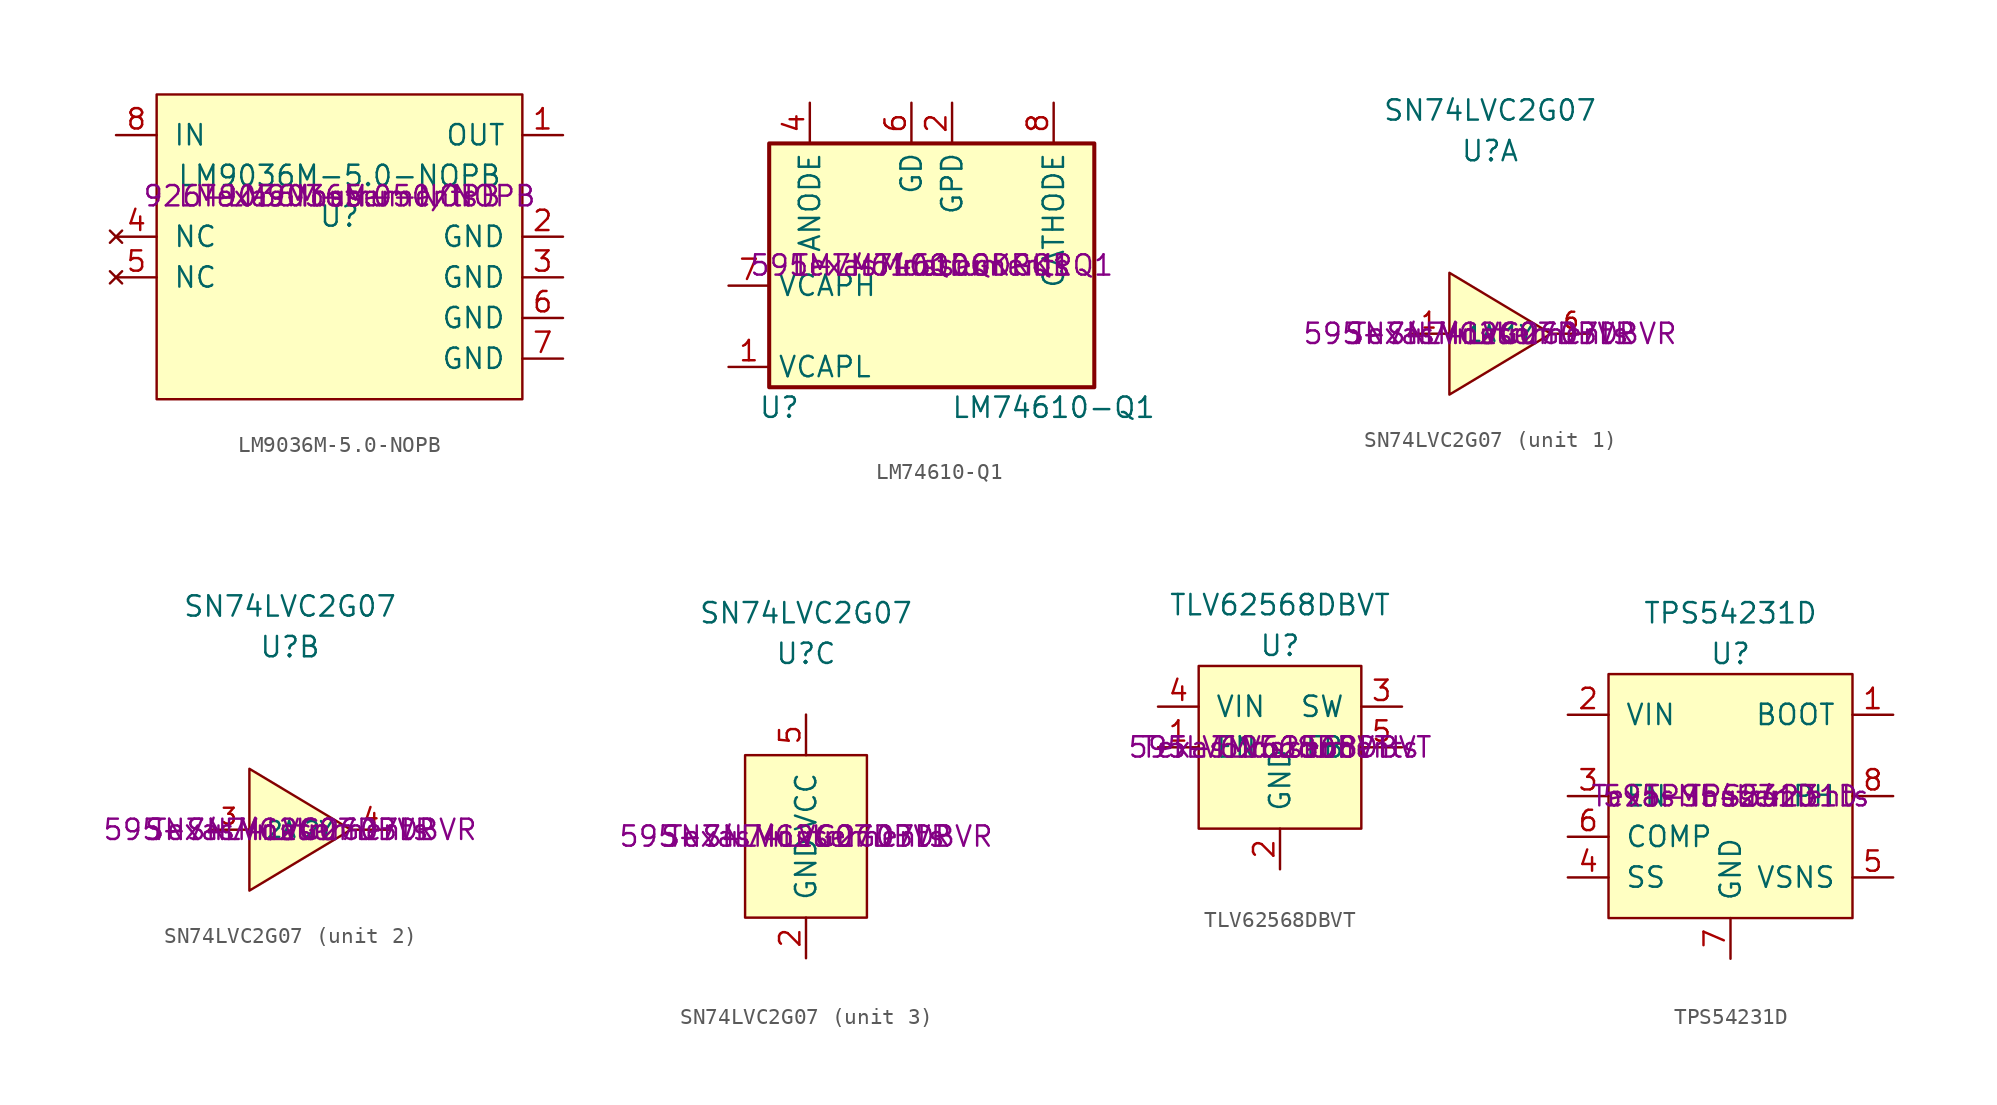
<source format=kicad_sym>
(kicad_symbol_lib
  (version 20241209)
  (generator "kicad_symbol_editor")
  (generator_version "9.0")
  (symbol "LM9036M-5.0-NOPB"
    (pin_names
      (offset 1.016))
    (property "Reference" "U"
      (at 0 -1.27 0)
      (effects (font (size 1.27 1.27))))
    (property "Value" "LM9036M-5.0-NOPB"
      (at 0 1.27 0)
      (effects (font (size 1.27 1.27))))
    (property "Manufacturer" "Texas Instruments"
      (at 0 0 0)
      (effects (font (size 1.27 1.27))))
    (property "Manufacturer part number (MPN)" "LM9036M-5.0-NOPB"
      (at 0 0 0)
      (effects (font (size 1.27 1.27))))
    (property "Supplier name" "Mouser"
      (at 0 0 0)
      (effects (font (size 1.27 1.27))))
    (property "Supplier part number (SPN)" "926-LM9036M-50/NOPB"
      (at 0 0 0)
      (effects (font (size 1.27 1.27))))
    (symbol "LM9036M-5.0-NOPB_0_1"
      (rectangle (start -11.43 6.35) (end 11.43 -12.7) (stroke (width 0) (type solid)) (fill (type background))))
    (symbol "LM9036M-5.0-NOPB_1_1"
      (pin power_in line (at -13.97 3.81 0) (length 2.54) (name "IN" (effects (font (size 1.27 1.27)))) (number "8" (effects (font (size 1.27 1.27)))))
      (pin no_connect line (at -13.97 -2.54 0) (length 2.54) (name "NC" (effects (font (size 1.27 1.27)))) (number "4" (effects (font (size 1.27 1.27)))))
      (pin no_connect line (at -13.97 -5.08 0) (length 2.54) (name "NC" (effects (font (size 1.27 1.27)))) (number "5" (effects (font (size 1.27 1.27)))))
      (pin power_in line (at 13.97 3.81 180) (length 2.54) (name "OUT" (effects (font (size 1.27 1.27)))) (number "1" (effects (font (size 1.27 1.27)))))
      (pin power_in line (at 13.97 -2.54 180) (length 2.54) (name "GND" (effects (font (size 1.27 1.27)))) (number "2" (effects (font (size 1.27 1.27)))))
      (pin power_in line (at 13.97 -5.08 180) (length 2.54) (name "GND" (effects (font (size 1.27 1.27)))) (number "3" (effects (font (size 1.27 1.27)))))
      (pin power_in line (at 13.97 -7.62 180) (length 2.54) (name "GND" (effects (font (size 1.27 1.27)))) (number "6" (effects (font (size 1.27 1.27)))))
      (pin power_in line (at 13.97 -10.16 180) (length 2.54) (name "GND" (effects (font (size 1.27 1.27)))) (number "7" (effects (font (size 1.27 1.27)))))))
  (symbol "LM74610-Q1"
    (property "Reference" "U"
      (at -9.525 -8.89 0)
      (effects (font (size 1.27 1.27))))
    (property "Value" "LM74610-Q1"
      (at 7.62 -8.89 0)
      (effects (font (size 1.27 1.27))))
    (property "Manufacturer" "Texas Instruments"
      (at 0 0 0)
      (effects (font (size 1.27 1.27))))
    (property "Manufacturer part number (MPN)" "LM74610QDGKRQ1"
      (at 0 0 0)
      (effects (font (size 1.27 1.27))))
    (property "Supplier name" "Mouser"
      (at 0 0 0)
      (effects (font (size 1.27 1.27))))
    (property "Supplier part number (SPN)" "595-LM74610QDGKRQ1"
      (at 0 0 0)
      (effects (font (size 1.27 1.27))))
    (symbol "LM74610-Q1_0_1"
      (rectangle (start -10.16 7.62) (end 10.16 -7.62) (stroke (width 0.254) (type solid)) (fill (type background))))
    (symbol "LM74610-Q1_1_1"
      (pin input line (at -12.7 -1.27 0) (length 2.54) (name "VCAPH" (effects (font (size 1.27 1.27)))) (number "7" (effects (font (size 1.27 1.27)))))
      (pin passive line (at -12.7 -6.35 0) (length 2.54) (name "VCAPL" (effects (font (size 1.27 1.27)))) (number "1" (effects (font (size 1.27 1.27)))))
      (pin power_in line (at -7.62 10.16 270) (length 2.54) (name "ANODE" (effects (font (size 1.27 1.27)))) (number "4" (effects (font (size 1.27 1.27)))))
      (pin output line (at -1.27 10.16 270) (length 2.54) (name "GD" (effects (font (size 1.27 1.27)))) (number "6" (effects (font (size 1.27 1.27)))))
      (pin output line (at 1.27 10.16 270) (length 2.54) (name "GPD" (effects (font (size 1.27 1.27)))) (number "2" (effects (font (size 1.27 1.27)))))
      (pin input line (at 7.62 10.16 270) (length 2.54) (name "CATHODE" (effects (font (size 1.27 1.27)))) (number "8" (effects (font (size 1.27 1.27)))))
      (pin no_connect line (at 12.7 -3.81 180) (length 2.54) (hide yes) (name "NC" (effects (font (size 1.27 1.27)))) (number "3" (effects (font (size 1.27 1.27)))))
      (pin no_connect line (at 12.7 -6.35 180) (length 2.54) (hide yes) (name "NC" (effects (font (size 1.27 1.27)))) (number "5" (effects (font (size 1.27 1.27)))))))
  (symbol "SN74LVC2G07"
    (pin_names
      (offset 1.016))
    (property "Reference" "U"
      (at 0 11.43 0)
      (effects (font (size 1.27 1.27))))
    (property "Value" "SN74LVC2G07"
      (at 0 13.97 0)
      (effects (font (size 1.27 1.27))))
    (property "Manufacturer" "Texas Instruments"
      (at 0 0 0)
      (effects (font (size 1.27 1.27))))
    (property "Manufacturer part number (MPN)" "SN74LVC2G07DBVR"
      (at 0 0 0)
      (effects (font (size 1.27 1.27))))
    (property "Supplier name" "Mouser"
      (at 0 0 0)
      (effects (font (size 1.27 1.27))))
    (property "Supplier part number (SPN)" "595-SN74LVC2G07DBVR"
      (at 0 0 0)
      (effects (font (size 1.27 1.27))))
    (symbol "SN74LVC2G07_1_1"
      (polyline (pts (xy 3.81 0) (xy -2.54 3.81) (xy -2.54 0) (xy -2.54 -3.81) (xy 3.81 0)) (stroke (width 0) (type solid)) (fill (type background)))
      (pin input line (at -5.08 0 0) (length 2.54) (name "1A" (effects (font (size 0.991 0.991)))) (number "1" (effects (font (size 0.991 0.991)))))
      (pin output line (at 6.35 0 180) (length 2.54) (name "1Y" (effects (font (size 0.991 0.991)))) (number "6" (effects (font (size 0.991 0.991))))))
    (symbol "SN74LVC2G07_2_1"
      (polyline (pts (xy 3.81 0) (xy -2.54 3.81) (xy -2.54 0) (xy -2.54 -3.81) (xy 3.81 0)) (stroke (width 0) (type solid)) (fill (type background)))
      (pin input line (at -5.08 0 0) (length 2.54) (name "2A" (effects (font (size 0.991 0.991)))) (number "3" (effects (font (size 0.991 0.991)))))
      (pin output line (at 6.35 0 180) (length 2.54) (name "2Y" (effects (font (size 0.991 0.991)))) (number "4" (effects (font (size 0.991 0.991))))))
    (symbol "SN74LVC2G07_3_1"
      (rectangle (start -3.81 5.08) (end 3.81 -5.08) (stroke (width 0) (type solid)) (fill (type background)))
      (pin power_in line (at 0 7.62 270) (length 2.54) (name "VCC" (effects (font (size 1.27 1.27)))) (number "5" (effects (font (size 1.27 1.27)))))
      (pin power_in line (at 0 -7.62 90) (length 2.54) (name "GND" (effects (font (size 1.27 1.27)))) (number "2" (effects (font (size 1.27 1.27)))))))
  (symbol "TLV62568DBVT"
    (pin_names
      (offset 1.016))
    (property "Reference" "U"
      (at 0 6.35 0)
      (effects (font (size 1.27 1.27))))
    (property "Value" "TLV62568DBVT"
      (at 0 8.89 0)
      (effects (font (size 1.27 1.27))))
    (property "Manufacturer" "Texas Instruments"
      (at 0 0 0)
      (effects (font (size 1.27 1.27))))
    (property "Manufacturer part number (MPN)" "TLV62568DBVT"
      (at 0 0 0)
      (effects (font (size 1.27 1.27))))
    (property "Supplier name" "Mouser"
      (at 0 0 0)
      (effects (font (size 1.27 1.27))))
    (property "Supplier part number (SPN)" "595-TLV62568DBVT"
      (at 0 0 0)
      (effects (font (size 1.27 1.27))))
    (symbol "TLV62568DBVT_0_1"
      (rectangle (start -5.08 5.08) (end 5.08 -5.08) (stroke (width 0) (type solid)) (fill (type background))))
    (symbol "TLV62568DBVT_1_1"
      (pin power_in line (at -7.62 2.54 0) (length 2.54) (name "VIN" (effects (font (size 1.27 1.27)))) (number "4" (effects (font (size 1.27 1.27)))))
      (pin input line (at -7.62 0 0) (length 2.54) (name "EN" (effects (font (size 1.27 1.27)))) (number "1" (effects (font (size 1.27 1.27)))))
      (pin passive line (at 0 -7.62 90) (length 2.54) (name "GND" (effects (font (size 1.27 1.27)))) (number "2" (effects (font (size 1.27 1.27)))))
      (pin power_out line (at 7.62 2.54 180) (length 2.54) (name "SW" (effects (font (size 1.27 1.27)))) (number "3" (effects (font (size 1.27 1.27)))))
      (pin power_out line (at 7.62 0 180) (length 2.54) (name "FB" (effects (font (size 1.27 1.27)))) (number "5" (effects (font (size 1.27 1.27)))))))
  (symbol "TPS54231D"
    (pin_names
      (offset 1.016))
    (property "Reference" "U"
      (at 0 8.89 0)
      (effects (font (size 1.27 1.27))))
    (property "Value" "TPS54231D"
      (at 0 11.43 0)
      (effects (font (size 1.27 1.27))))
    (property "Manufacturer" "Texas Instruments"
      (at 0 0 0)
      (effects (font (size 1.27 1.27))))
    (property "Manufacturer part number (MPN)" "TPS54231D"
      (at 0 0 0)
      (effects (font (size 1.27 1.27))))
    (property "Supplier name" "Mouser"
      (at 0 0 0)
      (effects (font (size 1.27 1.27))))
    (property "Supplier part number (SPN)" "595-TPS54231D"
      (at 0 0 0)
      (effects (font (size 1.27 1.27))))
    (symbol "TPS54231D_0_1"
      (rectangle (start -7.62 7.62) (end 7.62 -7.62) (stroke (width 0) (type solid)) (fill (type background))))
    (symbol "TPS54231D_1_1"
      (pin input line (at -10.16 5.08 0) (length 2.54) (name "VIN" (effects (font (size 1.27 1.27)))) (number "2" (effects (font (size 1.27 1.27)))))
      (pin input line (at -10.16 0 0) (length 2.54) (name "EN" (effects (font (size 1.27 1.27)))) (number "3" (effects (font (size 1.27 1.27)))))
      (pin input line (at -10.16 -2.54 0) (length 2.54) (name "COMP" (effects (font (size 1.27 1.27)))) (number "6" (effects (font (size 1.27 1.27)))))
      (pin input line (at -10.16 -5.08 0) (length 2.54) (name "SS" (effects (font (size 1.27 1.27)))) (number "4" (effects (font (size 1.27 1.27)))))
      (pin passive line (at 0 -10.16 90) (length 2.54) (name "GND" (effects (font (size 1.27 1.27)))) (number "7" (effects (font (size 1.27 1.27)))))
      (pin output line (at 10.16 5.08 180) (length 2.54) (name "BOOT" (effects (font (size 1.27 1.27)))) (number "1" (effects (font (size 1.27 1.27)))))
      (pin passive line (at 10.16 0 180) (length 2.54) (name "PH" (effects (font (size 1.27 1.27)))) (number "8" (effects (font (size 1.27 1.27)))))
      (pin passive line (at 10.16 -5.08 180) (length 2.54) (name "VSNS" (effects (font (size 1.27 1.27)))) (number "5" (effects (font (size 1.27 1.27))))))))
</source>
